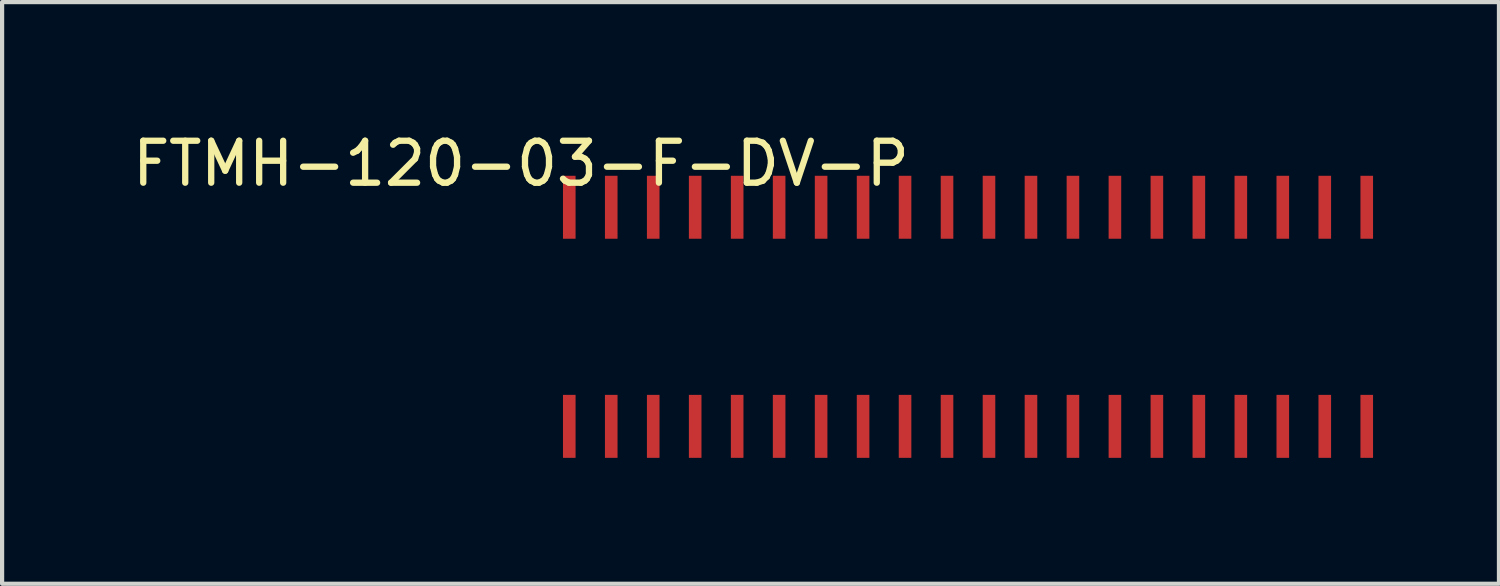
<source format=kicad_pcb>
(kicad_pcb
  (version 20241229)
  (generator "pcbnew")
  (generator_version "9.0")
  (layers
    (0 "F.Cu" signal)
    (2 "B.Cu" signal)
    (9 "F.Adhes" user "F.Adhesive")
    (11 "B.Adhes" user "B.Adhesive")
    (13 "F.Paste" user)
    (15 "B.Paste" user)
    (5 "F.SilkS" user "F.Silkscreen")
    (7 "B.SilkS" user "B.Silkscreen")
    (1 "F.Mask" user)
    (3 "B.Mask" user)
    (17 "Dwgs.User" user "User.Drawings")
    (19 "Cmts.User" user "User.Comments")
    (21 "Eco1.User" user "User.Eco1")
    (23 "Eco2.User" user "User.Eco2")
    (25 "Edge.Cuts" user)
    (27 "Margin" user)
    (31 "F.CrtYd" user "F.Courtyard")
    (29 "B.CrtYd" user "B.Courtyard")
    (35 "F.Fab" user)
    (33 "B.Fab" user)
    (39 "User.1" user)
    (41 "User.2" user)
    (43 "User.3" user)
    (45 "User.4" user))
  (footprint "FTMH-120-03-F-DV-P"
    (layer "F.Cu")
    (at 15.263 4.498)
    (property "Reference" "FTMH-120-03-F-DV-P" (at -5.9 -3.65 0) (layer "F.SilkS") (effects (font (size 1 1) (thickness 0.15))))
    (attr smd)
    (pad "1" smd rect (at -4.75 -2.61) (size 0.3 1.5) (layers "F.Cu" "F.Mask" "F.Paste"))
    (pad "2" smd rect (at -4.75 2.61) (size 0.3 1.5) (layers "F.Cu" "F.Mask" "F.Paste"))
    (pad "3" smd rect (at -3.75 -2.61) (size 0.3 1.5) (layers "F.Cu" "F.Mask" "F.Paste"))
    (pad "4" smd rect (at -3.75 2.61) (size 0.3 1.5) (layers "F.Cu" "F.Mask" "F.Paste"))
    (pad "5" smd rect (at -2.75 -2.61) (size 0.3 1.5) (layers "F.Cu" "F.Mask" "F.Paste"))
    (pad "6" smd rect (at -2.75 2.61) (size 0.3 1.5) (layers "F.Cu" "F.Mask" "F.Paste"))
    (pad "7" smd rect (at -1.75 -2.61) (size 0.3 1.5) (layers "F.Cu" "F.Mask" "F.Paste"))
    (pad "8" smd rect (at -1.75 2.61) (size 0.3 1.5) (layers "F.Cu" "F.Mask" "F.Paste"))
    (pad "9" smd rect (at -0.75 -2.61) (size 0.3 1.5) (layers "F.Cu" "F.Mask" "F.Paste"))
    (pad "10" smd rect (at -0.75 2.61) (size 0.3 1.5) (layers "F.Cu" "F.Mask" "F.Paste"))
    (pad "11" smd rect (at 0.25 -2.61) (size 0.3 1.5) (layers "F.Cu" "F.Mask" "F.Paste"))
    (pad "12" smd rect (at 0.25 2.61) (size 0.3 1.5) (layers "F.Cu" "F.Mask" "F.Paste"))
    (pad "13" smd rect (at 1.25 -2.61) (size 0.3 1.5) (layers "F.Cu" "F.Mask" "F.Paste"))
    (pad "14" smd rect (at 1.25 2.61) (size 0.3 1.5) (layers "F.Cu" "F.Mask" "F.Paste"))
    (pad "15" smd rect (at 2.25 -2.61) (size 0.3 1.5) (layers "F.Cu" "F.Mask" "F.Paste"))
    (pad "16" smd rect (at 2.25 2.61) (size 0.3 1.5) (layers "F.Cu" "F.Mask" "F.Paste"))
    (pad "17" smd rect (at 3.25 -2.61) (size 0.3 1.5) (layers "F.Cu" "F.Mask" "F.Paste"))
    (pad "18" smd rect (at 3.25 2.61) (size 0.3 1.5) (layers "F.Cu" "F.Mask" "F.Paste"))
    (pad "19" smd rect (at 4.25 -2.61) (size 0.3 1.5) (layers "F.Cu" "F.Mask" "F.Paste"))
    (pad "20" smd rect (at 4.25 2.61) (size 0.3 1.5) (layers "F.Cu" "F.Mask" "F.Paste"))
    (pad "21" smd rect (at 5.25 -2.61) (size 0.3 1.5) (layers "F.Cu" "F.Mask" "F.Paste"))
    (pad "22" smd rect (at 5.25 2.61) (size 0.3 1.5) (layers "F.Cu" "F.Mask" "F.Paste"))
    (pad "23" smd rect (at 6.25 -2.61) (size 0.3 1.5) (layers "F.Cu" "F.Mask" "F.Paste"))
    (pad "24" smd rect (at 6.25 2.61) (size 0.3 1.5) (layers "F.Cu" "F.Mask" "F.Paste"))
    (pad "25" smd rect (at 7.25 -2.61) (size 0.3 1.5) (layers "F.Cu" "F.Mask" "F.Paste"))
    (pad "26" smd rect (at 7.25 2.61) (size 0.3 1.5) (layers "F.Cu" "F.Mask" "F.Paste"))
    (pad "27" smd rect (at 8.25 -2.61) (size 0.3 1.5) (layers "F.Cu" "F.Mask" "F.Paste"))
    (pad "28" smd rect (at 8.25 2.61) (size 0.3 1.5) (layers "F.Cu" "F.Mask" "F.Paste"))
    (pad "29" smd rect (at 9.25 -2.61) (size 0.3 1.5) (layers "F.Cu" "F.Mask" "F.Paste"))
    (pad "30" smd rect (at 9.25 2.61) (size 0.3 1.5) (layers "F.Cu" "F.Mask" "F.Paste"))
    (pad "31" smd rect (at 10.25 -2.61) (size 0.3 1.5) (layers "F.Cu" "F.Mask" "F.Paste"))
    (pad "32" smd rect (at 10.25 2.61) (size 0.3 1.5) (layers "F.Cu" "F.Mask" "F.Paste"))
    (pad "33" smd rect (at 11.25 -2.61) (size 0.3 1.5) (layers "F.Cu" "F.Mask" "F.Paste"))
    (pad "34" smd rect (at 11.25 2.61) (size 0.3 1.5) (layers "F.Cu" "F.Mask" "F.Paste"))
    (pad "35" smd rect (at 12.25 -2.61) (size 0.3 1.5) (layers "F.Cu" "F.Mask" "F.Paste"))
    (pad "36" smd rect (at 12.25 2.61) (size 0.3 1.5) (layers "F.Cu" "F.Mask" "F.Paste"))
    (pad "37" smd rect (at 13.25 -2.61) (size 0.3 1.5) (layers "F.Cu" "F.Mask" "F.Paste"))
    (pad "38" smd rect (at 13.25 2.61) (size 0.3 1.5) (layers "F.Cu" "F.Mask" "F.Paste"))
    (pad "39" smd rect (at 14.25 -2.61) (size 0.3 1.5) (layers "F.Cu" "F.Mask" "F.Paste"))
    (pad "40" smd rect (at 14.25 2.61) (size 0.3 1.5) (layers "F.Cu" "F.Mask" "F.Paste")))
  (gr_rect
    (start -3 -3)
    (end 32.663 10.858)
    (stroke (width 0.1) (type default))
    (fill no)
    (layer "Edge.Cuts")))
</source>
